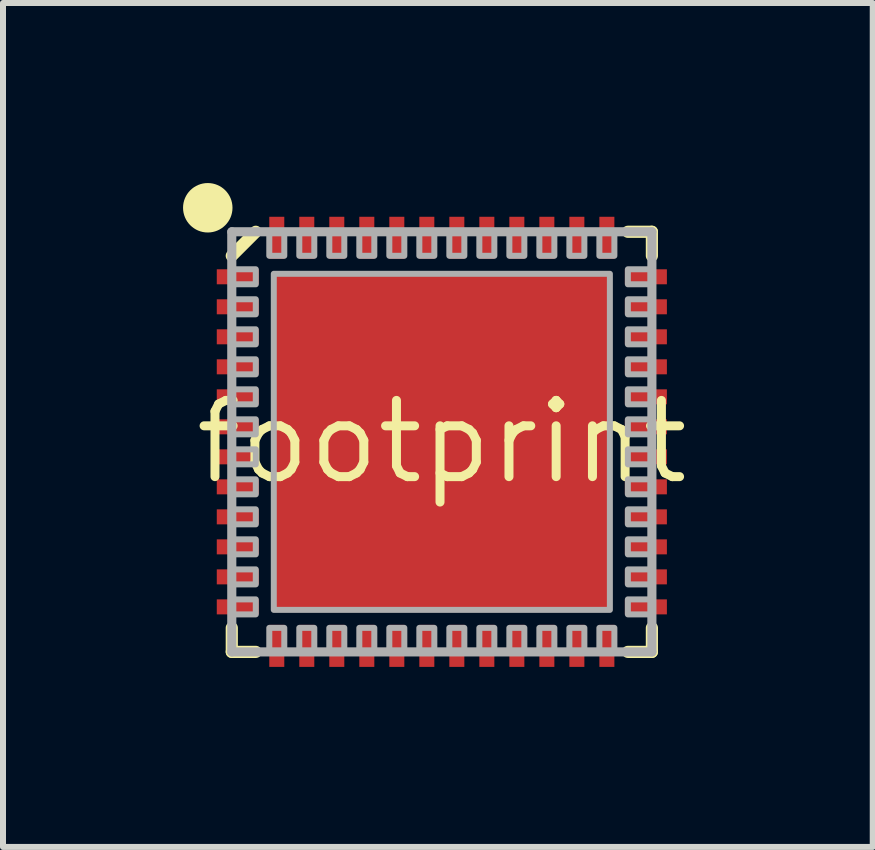
<source format=kicad_pcb>
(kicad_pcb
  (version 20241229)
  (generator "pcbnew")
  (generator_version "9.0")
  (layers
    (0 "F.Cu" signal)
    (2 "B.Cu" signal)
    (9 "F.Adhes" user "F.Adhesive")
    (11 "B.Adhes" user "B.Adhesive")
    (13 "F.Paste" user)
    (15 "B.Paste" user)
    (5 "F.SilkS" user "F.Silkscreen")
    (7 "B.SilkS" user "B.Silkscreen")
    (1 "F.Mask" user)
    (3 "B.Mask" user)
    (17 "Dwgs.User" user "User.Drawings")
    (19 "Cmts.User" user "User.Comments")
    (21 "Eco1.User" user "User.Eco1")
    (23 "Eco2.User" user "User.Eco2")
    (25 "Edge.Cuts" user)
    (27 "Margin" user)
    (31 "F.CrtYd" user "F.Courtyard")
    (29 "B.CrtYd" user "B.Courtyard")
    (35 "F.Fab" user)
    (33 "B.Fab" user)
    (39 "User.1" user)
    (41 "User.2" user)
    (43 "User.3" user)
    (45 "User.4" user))
  (footprint "footprint"
    (layer "F.Cu")
    (at 4.312 4.312)
    (property "Reference" "footprint" (at 0 0 0) (layer "F.SilkS") (effects (font (size 1.27 1.27) (thickness 0.15))))
    (fp_line (start -3.5 -3.1) (end -3.1 -3.5) (stroke (width 0.203) (type solid)) (layer "F.SilkS"))
    (fp_line (start -3.5 3.5) (end -3.5 3.1) (stroke (width 0.203) (type solid)) (layer "F.SilkS"))
    (fp_line (start -3.1 3.5) (end -3.5 3.5) (stroke (width 0.203) (type solid)) (layer "F.SilkS"))
    (fp_line (start 3.1 -3.5) (end 3.5 -3.5) (stroke (width 0.203) (type solid)) (layer "F.SilkS"))
    (fp_line (start 3.5 -3.5) (end 3.5 -3.1) (stroke (width 0.203) (type solid)) (layer "F.SilkS"))
    (fp_line (start 3.5 3.1) (end 3.5 3.5) (stroke (width 0.203) (type solid)) (layer "F.SilkS"))
    (fp_line (start 3.5 3.5) (end 3.1 3.5) (stroke (width 0.203) (type solid)) (layer "F.SilkS"))
    (fp_circle (center -3.9 -3.9) (end -3.694 -3.9) (stroke (width 0.412) (type solid)) (fill yes) (layer "F.SilkS"))
    (fp_poly (pts (xy -2 -1) (xy -0.5 -1) (xy -0.5 -2) (xy -2 -2)) (stroke (width 0) (type solid)) (fill yes) (layer "F.Paste"))
    (fp_poly (pts (xy -2 0.5) (xy -0.5 0.5) (xy -0.5 -0.5) (xy -2 -0.5)) (stroke (width 0) (type solid)) (fill yes) (layer "F.Paste"))
    (fp_poly (pts (xy -2 2) (xy -0.5 2) (xy -0.5 1) (xy -2 1)) (stroke (width 0) (type solid)) (fill yes) (layer "F.Paste"))
    (fp_poly (pts (xy 0.5 -1) (xy 2 -1) (xy 2 -2) (xy 0.5 -2)) (stroke (width 0) (type solid)) (fill yes) (layer "F.Paste"))
    (fp_poly (pts (xy 0.5 0.5) (xy 2 0.5) (xy 2 -0.5) (xy 0.5 -0.5)) (stroke (width 0) (type solid)) (fill yes) (layer "F.Paste"))
    (fp_poly (pts (xy 0.5 2) (xy 2 2) (xy 2 1) (xy 0.5 1)) (stroke (width 0) (type solid)) (fill yes) (layer "F.Paste"))
    (fp_line (start -3.5 -3.5) (end -3.5 3.5) (stroke (width 0.152) (type solid)) (layer "F.Fab"))
    (fp_line (start -3.5 3.5) (end 3.5 3.5) (stroke (width 0.152) (type solid)) (layer "F.Fab"))
    (fp_line (start 3.5 -3.5) (end -3.5 -3.5) (stroke (width 0.152) (type solid)) (layer "F.Fab"))
    (fp_line (start 3.5 3.5) (end 3.5 -3.5) (stroke (width 0.152) (type solid)) (layer "F.Fab"))
    (fp_poly (pts (xy -3.5 -2.625) (xy -3.1 -2.625) (xy -3.1 -2.875) (xy -3.5 -2.875)) (stroke (width 0.1) (type solid)) (fill no) (layer "F.Fab"))
    (fp_poly (pts (xy -3.5 -2.125) (xy -3.1 -2.125) (xy -3.1 -2.375) (xy -3.5 -2.375)) (stroke (width 0.1) (type solid)) (fill no) (layer "F.Fab"))
    (fp_poly (pts (xy -3.5 -1.625) (xy -3.1 -1.625) (xy -3.1 -1.875) (xy -3.5 -1.875)) (stroke (width 0.1) (type solid)) (fill no) (layer "F.Fab"))
    (fp_poly (pts (xy -3.5 -1.125) (xy -3.1 -1.125) (xy -3.1 -1.375) (xy -3.5 -1.375)) (stroke (width 0.1) (type solid)) (fill no) (layer "F.Fab"))
    (fp_poly (pts (xy -3.5 -0.625) (xy -3.1 -0.625) (xy -3.1 -0.875) (xy -3.5 -0.875)) (stroke (width 0.1) (type solid)) (fill no) (layer "F.Fab"))
    (fp_poly (pts (xy -3.5 -0.125) (xy -3.1 -0.125) (xy -3.1 -0.375) (xy -3.5 -0.375)) (stroke (width 0.1) (type solid)) (fill no) (layer "F.Fab"))
    (fp_poly (pts (xy -3.5 0.375) (xy -3.1 0.375) (xy -3.1 0.125) (xy -3.5 0.125)) (stroke (width 0.1) (type solid)) (fill no) (layer "F.Fab"))
    (fp_poly (pts (xy -3.5 0.875) (xy -3.1 0.875) (xy -3.1 0.625) (xy -3.5 0.625)) (stroke (width 0.1) (type solid)) (fill no) (layer "F.Fab"))
    (fp_poly (pts (xy -3.5 1.375) (xy -3.1 1.375) (xy -3.1 1.125) (xy -3.5 1.125)) (stroke (width 0.1) (type solid)) (fill no) (layer "F.Fab"))
    (fp_poly (pts (xy -3.5 1.875) (xy -3.1 1.875) (xy -3.1 1.625) (xy -3.5 1.625)) (stroke (width 0.1) (type solid)) (fill no) (layer "F.Fab"))
    (fp_poly (pts (xy -3.5 2.375) (xy -3.1 2.375) (xy -3.1 2.125) (xy -3.5 2.125)) (stroke (width 0.1) (type solid)) (fill no) (layer "F.Fab"))
    (fp_poly (pts (xy -3.5 2.875) (xy -3.1 2.875) (xy -3.1 2.625) (xy -3.5 2.625)) (stroke (width 0.1) (type solid)) (fill no) (layer "F.Fab"))
    (fp_poly (pts (xy -2.875 -3.5) (xy -2.875 -3.1) (xy -2.625 -3.1) (xy -2.625 -3.5)) (stroke (width 0.1) (type solid)) (fill no) (layer "F.Fab"))
    (fp_poly (pts (xy -2.8 2.8) (xy 2.8 2.8) (xy 2.8 -2.8) (xy -2.8 -2.8)) (stroke (width 0.1) (type solid)) (fill no) (layer "F.Fab"))
    (fp_poly (pts (xy -2.625 3.5) (xy -2.625 3.1) (xy -2.875 3.1) (xy -2.875 3.5)) (stroke (width 0.1) (type solid)) (fill no) (layer "F.Fab"))
    (fp_poly (pts (xy -2.375 -3.5) (xy -2.375 -3.1) (xy -2.125 -3.1) (xy -2.125 -3.5)) (stroke (width 0.1) (type solid)) (fill no) (layer "F.Fab"))
    (fp_poly (pts (xy -2.125 3.5) (xy -2.125 3.1) (xy -2.375 3.1) (xy -2.375 3.5)) (stroke (width 0.1) (type solid)) (fill no) (layer "F.Fab"))
    (fp_poly (pts (xy -1.875 -3.5) (xy -1.875 -3.1) (xy -1.625 -3.1) (xy -1.625 -3.5)) (stroke (width 0.1) (type solid)) (fill no) (layer "F.Fab"))
    (fp_poly (pts (xy -1.625 3.5) (xy -1.625 3.1) (xy -1.875 3.1) (xy -1.875 3.5)) (stroke (width 0.1) (type solid)) (fill no) (layer "F.Fab"))
    (fp_poly (pts (xy -1.375 -3.5) (xy -1.375 -3.1) (xy -1.125 -3.1) (xy -1.125 -3.5)) (stroke (width 0.1) (type solid)) (fill no) (layer "F.Fab"))
    (fp_poly (pts (xy -1.125 3.5) (xy -1.125 3.1) (xy -1.375 3.1) (xy -1.375 3.5)) (stroke (width 0.1) (type solid)) (fill no) (layer "F.Fab"))
    (fp_poly (pts (xy -0.875 -3.5) (xy -0.875 -3.1) (xy -0.625 -3.1) (xy -0.625 -3.5)) (stroke (width 0.1) (type solid)) (fill no) (layer "F.Fab"))
    (fp_poly (pts (xy -0.625 3.5) (xy -0.625 3.1) (xy -0.875 3.1) (xy -0.875 3.5)) (stroke (width 0.1) (type solid)) (fill no) (layer "F.Fab"))
    (fp_poly (pts (xy -0.375 -3.5) (xy -0.375 -3.1) (xy -0.125 -3.1) (xy -0.125 -3.5)) (stroke (width 0.1) (type solid)) (fill no) (layer "F.Fab"))
    (fp_poly (pts (xy -0.125 3.5) (xy -0.125 3.1) (xy -0.375 3.1) (xy -0.375 3.5)) (stroke (width 0.1) (type solid)) (fill no) (layer "F.Fab"))
    (fp_poly (pts (xy 0.125 -3.5) (xy 0.125 -3.1) (xy 0.375 -3.1) (xy 0.375 -3.5)) (stroke (width 0.1) (type solid)) (fill no) (layer "F.Fab"))
    (fp_poly (pts (xy 0.375 3.5) (xy 0.375 3.1) (xy 0.125 3.1) (xy 0.125 3.5)) (stroke (width 0.1) (type solid)) (fill no) (layer "F.Fab"))
    (fp_poly (pts (xy 0.625 -3.5) (xy 0.625 -3.1) (xy 0.875 -3.1) (xy 0.875 -3.5)) (stroke (width 0.1) (type solid)) (fill no) (layer "F.Fab"))
    (fp_poly (pts (xy 0.875 3.5) (xy 0.875 3.1) (xy 0.625 3.1) (xy 0.625 3.5)) (stroke (width 0.1) (type solid)) (fill no) (layer "F.Fab"))
    (fp_poly (pts (xy 1.125 -3.5) (xy 1.125 -3.1) (xy 1.375 -3.1) (xy 1.375 -3.5)) (stroke (width 0.1) (type solid)) (fill no) (layer "F.Fab"))
    (fp_poly (pts (xy 1.375 3.5) (xy 1.375 3.1) (xy 1.125 3.1) (xy 1.125 3.5)) (stroke (width 0.1) (type solid)) (fill no) (layer "F.Fab"))
    (fp_poly (pts (xy 1.625 -3.5) (xy 1.625 -3.1) (xy 1.875 -3.1) (xy 1.875 -3.5)) (stroke (width 0.1) (type solid)) (fill no) (layer "F.Fab"))
    (fp_poly (pts (xy 1.875 3.5) (xy 1.875 3.1) (xy 1.625 3.1) (xy 1.625 3.5)) (stroke (width 0.1) (type solid)) (fill no) (layer "F.Fab"))
    (fp_poly (pts (xy 2.125 -3.5) (xy 2.125 -3.1) (xy 2.375 -3.1) (xy 2.375 -3.5)) (stroke (width 0.1) (type solid)) (fill no) (layer "F.Fab"))
    (fp_poly (pts (xy 2.375 3.5) (xy 2.375 3.1) (xy 2.125 3.1) (xy 2.125 3.5)) (stroke (width 0.1) (type solid)) (fill no) (layer "F.Fab"))
    (fp_poly (pts (xy 2.625 -3.5) (xy 2.625 -3.1) (xy 2.875 -3.1) (xy 2.875 -3.5)) (stroke (width 0.1) (type solid)) (fill no) (layer "F.Fab"))
    (fp_poly (pts (xy 2.875 3.5) (xy 2.875 3.1) (xy 2.625 3.1) (xy 2.625 3.5)) (stroke (width 0.1) (type solid)) (fill no) (layer "F.Fab"))
    (fp_poly (pts (xy 3.5 -2.875) (xy 3.1 -2.875) (xy 3.1 -2.625) (xy 3.5 -2.625)) (stroke (width 0.1) (type solid)) (fill no) (layer "F.Fab"))
    (fp_poly (pts (xy 3.5 -2.375) (xy 3.1 -2.375) (xy 3.1 -2.125) (xy 3.5 -2.125)) (stroke (width 0.1) (type solid)) (fill no) (layer "F.Fab"))
    (fp_poly (pts (xy 3.5 -1.875) (xy 3.1 -1.875) (xy 3.1 -1.625) (xy 3.5 -1.625)) (stroke (width 0.1) (type solid)) (fill no) (layer "F.Fab"))
    (fp_poly (pts (xy 3.5 -1.375) (xy 3.1 -1.375) (xy 3.1 -1.125) (xy 3.5 -1.125)) (stroke (width 0.1) (type solid)) (fill no) (layer "F.Fab"))
    (fp_poly (pts (xy 3.5 -0.875) (xy 3.1 -0.875) (xy 3.1 -0.625) (xy 3.5 -0.625)) (stroke (width 0.1) (type solid)) (fill no) (layer "F.Fab"))
    (fp_poly (pts (xy 3.5 -0.375) (xy 3.1 -0.375) (xy 3.1 -0.125) (xy 3.5 -0.125)) (stroke (width 0.1) (type solid)) (fill no) (layer "F.Fab"))
    (fp_poly (pts (xy 3.5 0.125) (xy 3.1 0.125) (xy 3.1 0.375) (xy 3.5 0.375)) (stroke (width 0.1) (type solid)) (fill no) (layer "F.Fab"))
    (fp_poly (pts (xy 3.5 0.625) (xy 3.1 0.625) (xy 3.1 0.875) (xy 3.5 0.875)) (stroke (width 0.1) (type solid)) (fill no) (layer "F.Fab"))
    (fp_poly (pts (xy 3.5 1.125) (xy 3.1 1.125) (xy 3.1 1.375) (xy 3.5 1.375)) (stroke (width 0.1) (type solid)) (fill no) (layer "F.Fab"))
    (fp_poly (pts (xy 3.5 1.625) (xy 3.1 1.625) (xy 3.1 1.875) (xy 3.5 1.875)) (stroke (width 0.1) (type solid)) (fill no) (layer "F.Fab"))
    (fp_poly (pts (xy 3.5 2.125) (xy 3.1 2.125) (xy 3.1 2.375) (xy 3.5 2.375)) (stroke (width 0.1) (type solid)) (fill no) (layer "F.Fab"))
    (fp_poly (pts (xy 3.5 2.625) (xy 3.1 2.625) (xy 3.1 2.875) (xy 3.5 2.875)) (stroke (width 0.1) (type solid)) (fill no) (layer "F.Fab"))
    (pad "1" smd rect (at -3.4 -2.75) (size 0.7 0.25) (layers "F.Cu" "F.Mask" "F.Paste"))
    (pad "2" smd rect (at -3.4 -2.25) (size 0.7 0.25) (layers "F.Cu" "F.Mask" "F.Paste"))
    (pad "3" smd rect (at -3.4 -1.75) (size 0.7 0.25) (layers "F.Cu" "F.Mask" "F.Paste"))
    (pad "4" smd rect (at -3.4 -1.25) (size 0.7 0.25) (layers "F.Cu" "F.Mask" "F.Paste"))
    (pad "5" smd rect (at -3.4 -0.75) (size 0.7 0.25) (layers "F.Cu" "F.Mask" "F.Paste"))
    (pad "6" smd rect (at -3.4 -0.25) (size 0.7 0.25) (layers "F.Cu" "F.Mask" "F.Paste"))
    (pad "7" smd rect (at -3.4 0.25) (size 0.7 0.25) (layers "F.Cu" "F.Mask" "F.Paste"))
    (pad "8" smd rect (at -3.4 0.75) (size 0.7 0.25) (layers "F.Cu" "F.Mask" "F.Paste"))
    (pad "9" smd rect (at -3.4 1.25) (size 0.7 0.25) (layers "F.Cu" "F.Mask" "F.Paste"))
    (pad "10" smd rect (at -3.4 1.75) (size 0.7 0.25) (layers "F.Cu" "F.Mask" "F.Paste"))
    (pad "11" smd rect (at -3.4 2.25) (size 0.7 0.25) (layers "F.Cu" "F.Mask" "F.Paste"))
    (pad "12" smd rect (at -3.4 2.75) (size 0.7 0.25) (layers "F.Cu" "F.Mask" "F.Paste"))
    (pad "13" smd rect (at -2.75 3.4 90) (size 0.7 0.25) (layers "F.Cu" "F.Mask" "F.Paste"))
    (pad "14" smd rect (at -2.25 3.4 90) (size 0.7 0.25) (layers "F.Cu" "F.Mask" "F.Paste"))
    (pad "15" smd rect (at -1.75 3.4 90) (size 0.7 0.25) (layers "F.Cu" "F.Mask" "F.Paste"))
    (pad "16" smd rect (at -1.25 3.4 90) (size 0.7 0.25) (layers "F.Cu" "F.Mask" "F.Paste"))
    (pad "17" smd rect (at -0.75 3.4 90) (size 0.7 0.25) (layers "F.Cu" "F.Mask" "F.Paste"))
    (pad "18" smd rect (at -0.25 3.4 90) (size 0.7 0.25) (layers "F.Cu" "F.Mask" "F.Paste"))
    (pad "19" smd rect (at 0.25 3.4 90) (size 0.7 0.25) (layers "F.Cu" "F.Mask" "F.Paste"))
    (pad "20" smd rect (at 0.75 3.4 90) (size 0.7 0.25) (layers "F.Cu" "F.Mask" "F.Paste"))
    (pad "21" smd rect (at 1.25 3.4 90) (size 0.7 0.25) (layers "F.Cu" "F.Mask" "F.Paste"))
    (pad "22" smd rect (at 1.75 3.4 90) (size 0.7 0.25) (layers "F.Cu" "F.Mask" "F.Paste"))
    (pad "23" smd rect (at 2.25 3.4 90) (size 0.7 0.25) (layers "F.Cu" "F.Mask" "F.Paste"))
    (pad "24" smd rect (at 2.75 3.4 90) (size 0.7 0.25) (layers "F.Cu" "F.Mask" "F.Paste"))
    (pad "25" smd rect (at 3.4 2.75 180) (size 0.7 0.25) (layers "F.Cu" "F.Mask" "F.Paste"))
    (pad "26" smd rect (at 3.4 2.25 180) (size 0.7 0.25) (layers "F.Cu" "F.Mask" "F.Paste"))
    (pad "27" smd rect (at 3.4 1.75 180) (size 0.7 0.25) (layers "F.Cu" "F.Mask" "F.Paste"))
    (pad "28" smd rect (at 3.4 1.25 180) (size 0.7 0.25) (layers "F.Cu" "F.Mask" "F.Paste"))
    (pad "29" smd rect (at 3.4 0.75 180) (size 0.7 0.25) (layers "F.Cu" "F.Mask" "F.Paste"))
    (pad "30" smd rect (at 3.4 0.25 180) (size 0.7 0.25) (layers "F.Cu" "F.Mask" "F.Paste"))
    (pad "31" smd rect (at 3.4 -0.25 180) (size 0.7 0.25) (layers "F.Cu" "F.Mask" "F.Paste"))
    (pad "32" smd rect (at 3.4 -0.75 180) (size 0.7 0.25) (layers "F.Cu" "F.Mask" "F.Paste"))
    (pad "33" smd rect (at 3.4 -1.25 180) (size 0.7 0.25) (layers "F.Cu" "F.Mask" "F.Paste"))
    (pad "34" smd rect (at 3.4 -1.75 180) (size 0.7 0.25) (layers "F.Cu" "F.Mask" "F.Paste"))
    (pad "35" smd rect (at 3.4 -2.25 180) (size 0.7 0.25) (layers "F.Cu" "F.Mask" "F.Paste"))
    (pad "36" smd rect (at 3.4 -2.75 180) (size 0.7 0.25) (layers "F.Cu" "F.Mask" "F.Paste"))
    (pad "37" smd rect (at 2.75 -3.4 270) (size 0.7 0.25) (layers "F.Cu" "F.Mask" "F.Paste"))
    (pad "38" smd rect (at 2.25 -3.4 270) (size 0.7 0.25) (layers "F.Cu" "F.Mask" "F.Paste"))
    (pad "39" smd rect (at 1.75 -3.4 270) (size 0.7 0.25) (layers "F.Cu" "F.Mask" "F.Paste"))
    (pad "40" smd rect (at 1.25 -3.4 270) (size 0.7 0.25) (layers "F.Cu" "F.Mask" "F.Paste"))
    (pad "41" smd rect (at 0.75 -3.4 270) (size 0.7 0.25) (layers "F.Cu" "F.Mask" "F.Paste"))
    (pad "42" smd rect (at 0.25 -3.4 270) (size 0.7 0.25) (layers "F.Cu" "F.Mask" "F.Paste"))
    (pad "43" smd rect (at -0.25 -3.4 270) (size 0.7 0.25) (layers "F.Cu" "F.Mask" "F.Paste"))
    (pad "44" smd rect (at -0.75 -3.4 270) (size 0.7 0.25) (layers "F.Cu" "F.Mask" "F.Paste"))
    (pad "45" smd rect (at -1.25 -3.4 270) (size 0.7 0.25) (layers "F.Cu" "F.Mask" "F.Paste"))
    (pad "46" smd rect (at -1.75 -3.4 270) (size 0.7 0.25) (layers "F.Cu" "F.Mask" "F.Paste"))
    (pad "47" smd rect (at -2.25 -3.4 270) (size 0.7 0.25) (layers "F.Cu" "F.Mask" "F.Paste"))
    (pad "48" smd rect (at -2.75 -3.4 270) (size 0.7 0.25) (layers "F.Cu" "F.Mask" "F.Paste"))
    (pad "GND" smd rect (at 0 0) (size 5.6 5.6) (layers "F.Cu" "F.Mask")))
  (gr_rect
    (start -3 -3)
    (end 11.492 11.062)
    (stroke (width 0.1) (type default))
    (fill no)
    (layer "Edge.Cuts")))
</source>
